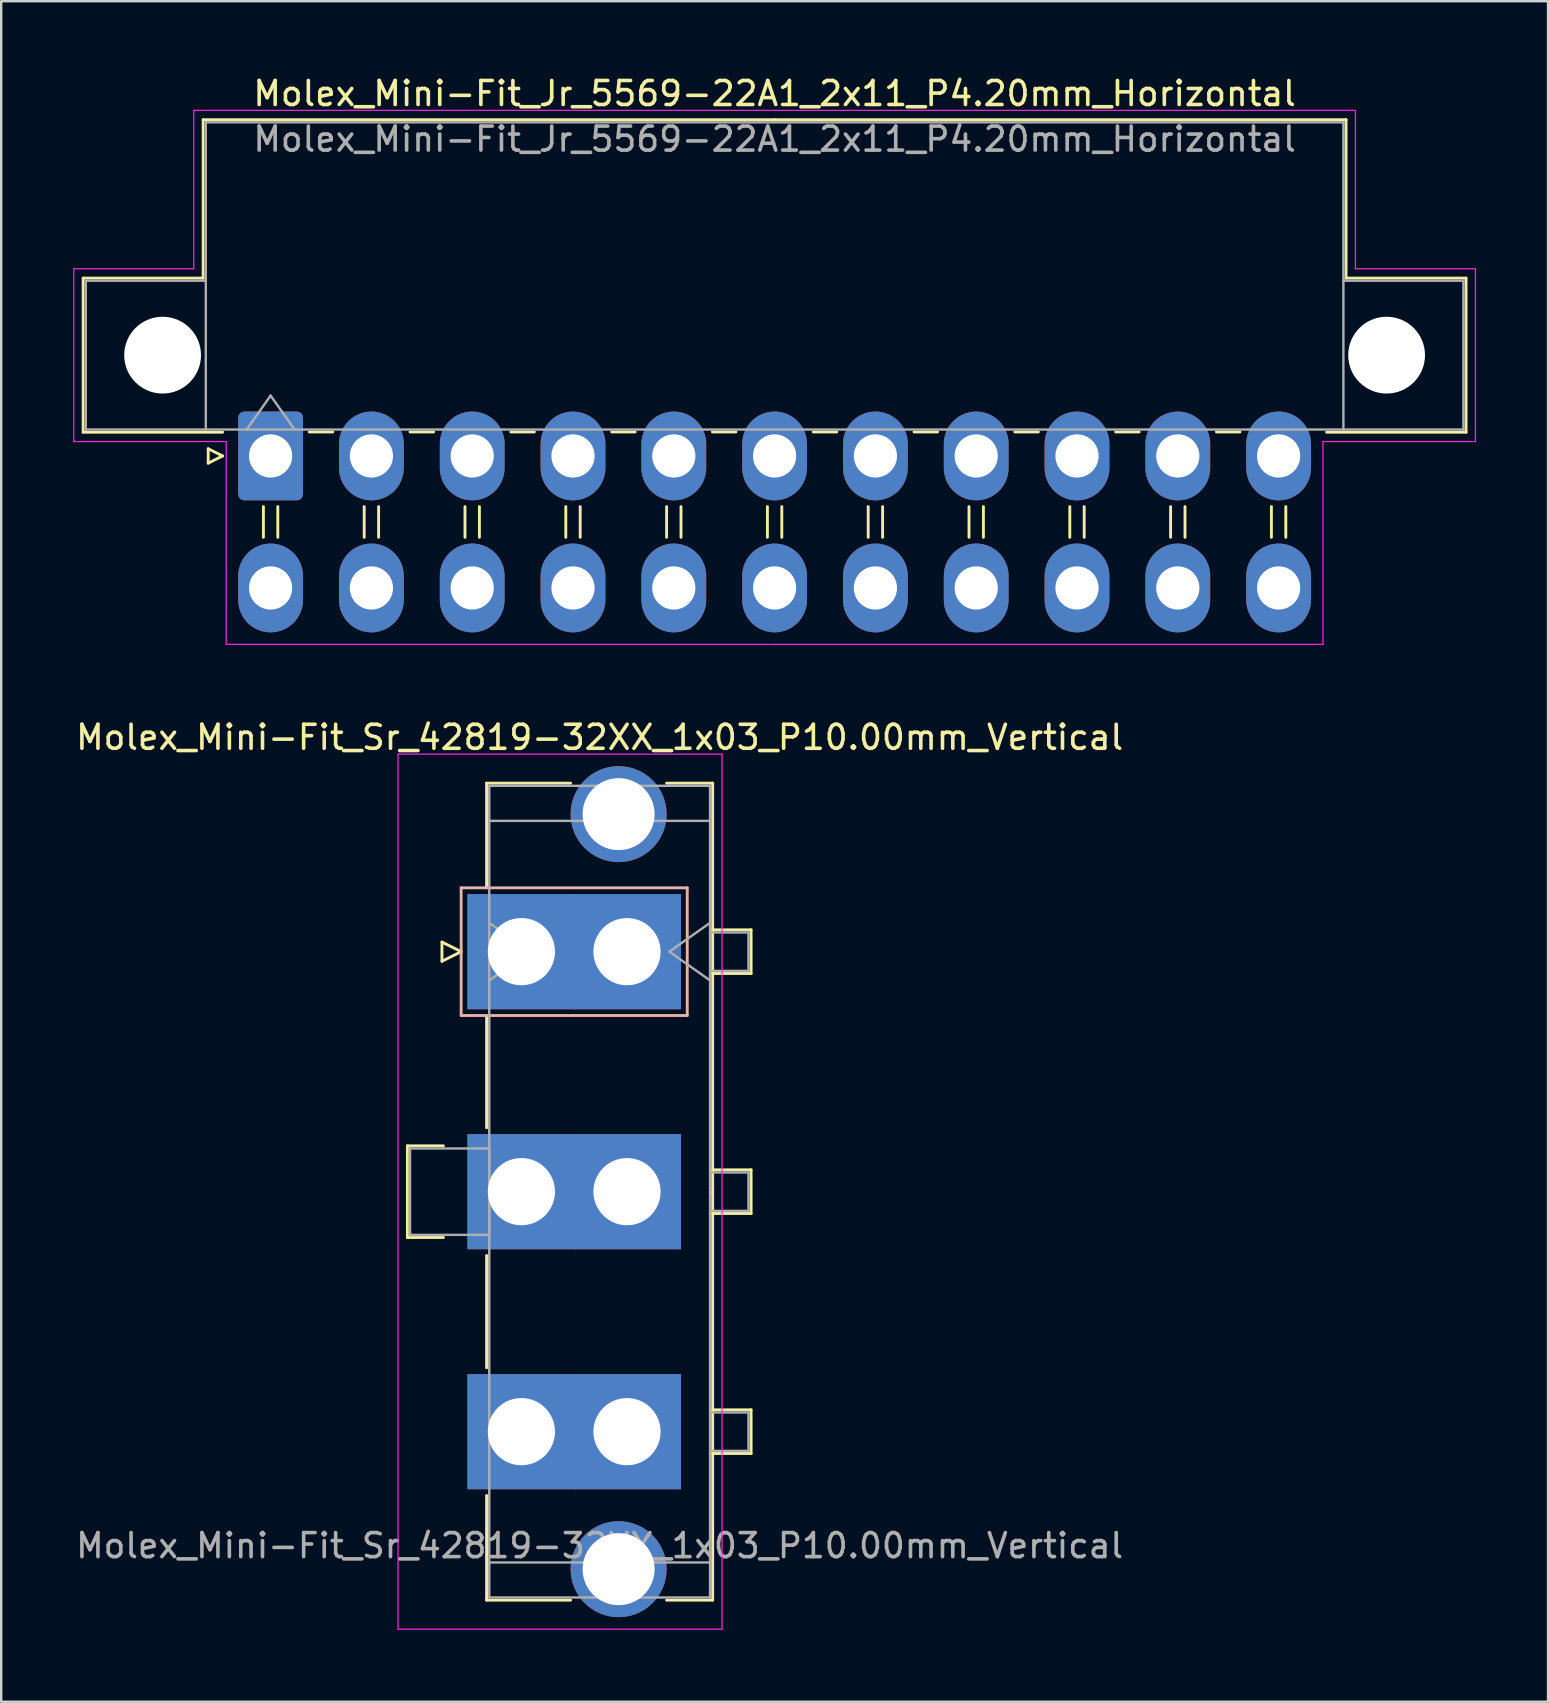
<source format=kicad_pcb>
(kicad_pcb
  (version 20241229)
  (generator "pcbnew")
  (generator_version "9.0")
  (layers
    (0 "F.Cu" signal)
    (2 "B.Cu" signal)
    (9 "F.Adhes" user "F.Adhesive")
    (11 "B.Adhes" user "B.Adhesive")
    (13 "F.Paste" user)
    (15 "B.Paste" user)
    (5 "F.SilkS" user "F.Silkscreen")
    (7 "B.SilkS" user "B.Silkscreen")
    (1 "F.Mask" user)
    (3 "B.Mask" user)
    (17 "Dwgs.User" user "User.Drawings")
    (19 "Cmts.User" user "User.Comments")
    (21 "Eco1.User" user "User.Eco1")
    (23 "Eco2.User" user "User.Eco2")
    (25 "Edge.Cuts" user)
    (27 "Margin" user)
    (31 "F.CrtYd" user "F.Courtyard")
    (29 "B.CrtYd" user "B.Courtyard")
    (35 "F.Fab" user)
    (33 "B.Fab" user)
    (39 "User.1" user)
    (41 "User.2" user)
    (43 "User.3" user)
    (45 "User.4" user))
  (footprint "Molex_Mini-Fit_Sr_42819-32XX_1x03_P10.00mm_Vertical"
    (layer "F.Cu")
    (at 18.675 36.602)
    (property "Reference" "Molex_Mini-Fit_Sr_42819-32XX_1x03_P10.00mm_Vertical" (at 3.26 -8.93 0) (layer "F.SilkS") (effects (font (size 1 1) (thickness 0.15))))
    (attr through_hole)
    (fp_line (start -4.75 8.09) (end -4.75 11.91) (stroke (width 0.12) (type solid)) (layer "F.SilkS"))
    (fp_line (start -4.75 11.91) (end -3.25 11.91) (stroke (width 0.12) (type solid)) (layer "F.SilkS"))
    (fp_line (start -3.31 -0.4) (end -3.31 0.4) (stroke (width 0.12) (type solid)) (layer "F.SilkS"))
    (fp_line (start -3.31 0.4) (end -2.51 0) (stroke (width 0.12) (type solid)) (layer "F.SilkS"))
    (fp_line (start -3.25 8.09) (end -4.75 8.09) (stroke (width 0.12) (type solid)) (layer "F.SilkS"))
    (fp_line (start -2.51 0) (end -3.31 -0.4) (stroke (width 0.12) (type solid)) (layer "F.SilkS"))
    (fp_line (start -1.45 -7.02) (end 2.05 -7.02) (stroke (width 0.12) (type solid)) (layer "F.SilkS"))
    (fp_line (start -1.45 -2.66) (end -1.45 -7.02) (stroke (width 0.12) (type solid)) (layer "F.SilkS"))
    (fp_line (start -1.45 2.66) (end -1.45 7.34) (stroke (width 0.12) (type solid)) (layer "F.SilkS"))
    (fp_line (start -1.45 12.66) (end -1.45 17.34) (stroke (width 0.12) (type solid)) (layer "F.SilkS"))
    (fp_line (start -1.45 22.66) (end -1.45 27.02) (stroke (width 0.12) (type solid)) (layer "F.SilkS"))
    (fp_line (start -1.45 27.02) (end 2.05 27.02) (stroke (width 0.12) (type solid)) (layer "F.SilkS"))
    (fp_line (start 6.05 -7.02) (end 7.97 -7.02) (stroke (width 0.12) (type solid)) (layer "F.SilkS"))
    (fp_line (start 6.05 27.02) (end 7.97 27.02) (stroke (width 0.12) (type solid)) (layer "F.SilkS"))
    (fp_line (start 7.97 -7.02) (end 7.97 10) (stroke (width 0.12) (type solid)) (layer "F.SilkS"))
    (fp_line (start 7.97 -0.91) (end 9.57 -0.91) (stroke (width 0.12) (type solid)) (layer "F.SilkS"))
    (fp_line (start 7.97 9.09) (end 9.57 9.09) (stroke (width 0.12) (type solid)) (layer "F.SilkS"))
    (fp_line (start 7.97 19.09) (end 9.57 19.09) (stroke (width 0.12) (type solid)) (layer "F.SilkS"))
    (fp_line (start 7.97 27.02) (end 7.97 10) (stroke (width 0.12) (type solid)) (layer "F.SilkS"))
    (fp_line (start 9.57 -0.91) (end 9.57 0.91) (stroke (width 0.12) (type solid)) (layer "F.SilkS"))
    (fp_line (start 9.57 0.91) (end 7.97 0.91) (stroke (width 0.12) (type solid)) (layer "F.SilkS"))
    (fp_line (start 9.57 9.09) (end 9.57 10.91) (stroke (width 0.12) (type solid)) (layer "F.SilkS"))
    (fp_line (start 9.57 10.91) (end 7.97 10.91) (stroke (width 0.12) (type solid)) (layer "F.SilkS"))
    (fp_line (start 9.57 19.09) (end 9.57 20.91) (stroke (width 0.12) (type solid)) (layer "F.SilkS"))
    (fp_line (start 9.57 20.91) (end 7.97 20.91) (stroke (width 0.12) (type solid)) (layer "F.SilkS"))
    (fp_line (start -2.51 -2.66) (end -2.51 2.66) (stroke (width 0.12) (type solid)) (layer "B.SilkS"))
    (fp_line (start -2.51 2.66) (end 6.91 2.66) (stroke (width 0.12) (type solid)) (layer "B.SilkS"))
    (fp_line (start 6.91 -2.66) (end -2.51 -2.66) (stroke (width 0.12) (type solid)) (layer "B.SilkS"))
    (fp_line (start 6.91 2.66) (end 6.91 -2.66) (stroke (width 0.12) (type solid)) (layer "B.SilkS"))
    (fp_line (start -5.14 -8.23) (end -5.14 28.23) (stroke (width 0.05) (type solid)) (layer "F.CrtYd"))
    (fp_line (start -5.14 28.23) (end 8.36 28.23) (stroke (width 0.05) (type solid)) (layer "F.CrtYd"))
    (fp_line (start 8.36 -8.23) (end -5.14 -8.23) (stroke (width 0.05) (type solid)) (layer "F.CrtYd"))
    (fp_line (start 8.36 28.23) (end 8.36 -8.23) (stroke (width 0.05) (type solid)) (layer "F.CrtYd"))
    (fp_line (start -4.64 8.2) (end -1.34 8.2) (stroke (width 0.1) (type solid)) (layer "F.Fab"))
    (fp_line (start -4.64 11.8) (end -4.64 8.2) (stroke (width 0.1) (type solid)) (layer "F.Fab"))
    (fp_line (start -1.34 -6.91) (end -1.34 26.91) (stroke (width 0.1) (type solid)) (layer "F.Fab"))
    (fp_line (start -1.34 -5.45) (end 7.86 -5.45) (stroke (width 0.1) (type solid)) (layer "F.Fab"))
    (fp_line (start -1.34 -1.2) (end 0.357 0) (stroke (width 0.1) (type solid)) (layer "F.Fab"))
    (fp_line (start -1.34 8.2) (end -1.34 11.8) (stroke (width 0.1) (type solid)) (layer "F.Fab"))
    (fp_line (start -1.34 11.8) (end -4.64 11.8) (stroke (width 0.1) (type solid)) (layer "F.Fab"))
    (fp_line (start -1.34 25.45) (end 7.86 25.45) (stroke (width 0.1) (type solid)) (layer "F.Fab"))
    (fp_line (start -1.34 26.91) (end 7.86 26.91) (stroke (width 0.1) (type solid)) (layer "F.Fab"))
    (fp_line (start 0.357 0) (end -1.34 1.2) (stroke (width 0.1) (type solid)) (layer "F.Fab"))
    (fp_line (start 6.163 0) (end 7.86 1.2) (stroke (width 0.1) (type solid)) (layer "F.Fab"))
    (fp_line (start 7.86 -6.91) (end -1.34 -6.91) (stroke (width 0.1) (type solid)) (layer "F.Fab"))
    (fp_line (start 7.86 -1.2) (end 6.163 0) (stroke (width 0.1) (type solid)) (layer "F.Fab"))
    (fp_line (start 7.86 -0.8) (end 9.46 -0.8) (stroke (width 0.1) (type solid)) (layer "F.Fab"))
    (fp_line (start 7.86 9.2) (end 9.46 9.2) (stroke (width 0.1) (type solid)) (layer "F.Fab"))
    (fp_line (start 7.86 19.2) (end 9.46 19.2) (stroke (width 0.1) (type solid)) (layer "F.Fab"))
    (fp_line (start 7.86 26.91) (end 7.86 -6.91) (stroke (width 0.1) (type solid)) (layer "F.Fab"))
    (fp_line (start 9.46 -0.8) (end 9.46 0.8) (stroke (width 0.1) (type solid)) (layer "F.Fab"))
    (fp_line (start 9.46 0.8) (end 7.86 0.8) (stroke (width 0.1) (type solid)) (layer "F.Fab"))
    (fp_line (start 9.46 9.2) (end 9.46 10.8) (stroke (width 0.1) (type solid)) (layer "F.Fab"))
    (fp_line (start 9.46 10.8) (end 7.86 10.8) (stroke (width 0.1) (type solid)) (layer "F.Fab"))
    (fp_line (start 9.46 19.2) (end 9.46 20.8) (stroke (width 0.1) (type solid)) (layer "F.Fab"))
    (fp_line (start 9.46 20.8) (end 7.86 20.8) (stroke (width 0.1) (type solid)) (layer "F.Fab"))
    (fp_text user "${REFERENCE}" (at 3.26 24.75 0) (layer "F.Fab") (effects (font (size 1 1) (thickness 0.15))))
    (pad "" thru_hole circle (at 4.05 -5.73) (size 4 4) (drill 3) (layers "*.Cu" "*.Mask"))
    (pad "" thru_hole circle (at 4.05 25.73) (size 4 4) (drill 3) (layers "*.Cu" "*.Mask"))
    (pad "1" thru_hole rect (at 0 0) (size 4.5 4.8) (drill 2.8) (layers "*.Cu" "*.Mask"))
    (pad "1" thru_hole rect (at 4.4 0) (size 4.5 4.8) (drill 2.8) (layers "*.Cu" "*.Mask"))
    (pad "2" thru_hole rect (at 0 10) (size 4.5 4.8) (drill 2.8) (layers "*.Cu" "*.Mask"))
    (pad "2" thru_hole rect (at 4.4 10) (size 4.5 4.8) (drill 2.8) (layers "*.Cu" "*.Mask"))
    (pad "3" thru_hole rect (at 0 20) (size 4.5 4.8) (drill 2.8) (layers "*.Cu" "*.Mask"))
    (pad "3" thru_hole rect (at 4.4 20) (size 4.5 4.8) (drill 2.8) (layers "*.Cu" "*.Mask")))
  (footprint "Molex_Mini-Fit_Jr_5569-22A1_2x11_P4.20mm_Horizontal"
    (layer "F.Cu")
    (at 8.225 15.948)
    (property "Reference" "Molex_Mini-Fit_Jr_5569-22A1_2x11_P4.20mm_Horizontal" (at 21 -15.1 0) (layer "F.SilkS") (effects (font (size 1 1) (thickness 0.15))))
    (attr through_hole)
    (fp_line (start -7.81 -7.41) (end -7.81 -0.99) (stroke (width 0.12) (type solid)) (layer "F.SilkS"))
    (fp_line (start -7.81 -0.99) (end -2 -0.99) (stroke (width 0.12) (type solid)) (layer "F.SilkS"))
    (fp_line (start -2.81 -14.01) (end -2.81 -7.41) (stroke (width 0.12) (type solid)) (layer "F.SilkS"))
    (fp_line (start -2.81 -7.41) (end -7.81 -7.41) (stroke (width 0.12) (type solid)) (layer "F.SilkS"))
    (fp_line (start -2.6 -0.3) (end -2 0) (stroke (width 0.12) (type solid)) (layer "F.SilkS"))
    (fp_line (start -2.6 0.3) (end -2.6 -0.3) (stroke (width 0.12) (type solid)) (layer "F.SilkS"))
    (fp_line (start -2 0) (end -2.6 0.3) (stroke (width 0.12) (type solid)) (layer "F.SilkS"))
    (fp_line (start -0.3 2.11) (end -0.3 3.39) (stroke (width 0.12) (type solid)) (layer "F.SilkS"))
    (fp_line (start 0.3 2.11) (end 0.3 3.39) (stroke (width 0.12) (type solid)) (layer "F.SilkS"))
    (fp_line (start 1.61 -1) (end 2.59 -1) (stroke (width 0.12) (type solid)) (layer "F.SilkS"))
    (fp_line (start 3.9 2.11) (end 3.9 3.39) (stroke (width 0.12) (type solid)) (layer "F.SilkS"))
    (fp_line (start 4.5 2.11) (end 4.5 3.39) (stroke (width 0.12) (type solid)) (layer "F.SilkS"))
    (fp_line (start 5.81 -1) (end 6.79 -1) (stroke (width 0.12) (type solid)) (layer "F.SilkS"))
    (fp_line (start 8.1 2.11) (end 8.1 3.39) (stroke (width 0.12) (type solid)) (layer "F.SilkS"))
    (fp_line (start 8.7 2.11) (end 8.7 3.39) (stroke (width 0.12) (type solid)) (layer "F.SilkS"))
    (fp_line (start 10.01 -1) (end 10.99 -1) (stroke (width 0.12) (type solid)) (layer "F.SilkS"))
    (fp_line (start 12.3 2.11) (end 12.3 3.39) (stroke (width 0.12) (type solid)) (layer "F.SilkS"))
    (fp_line (start 12.9 2.11) (end 12.9 3.39) (stroke (width 0.12) (type solid)) (layer "F.SilkS"))
    (fp_line (start 14.21 -1) (end 15.19 -1) (stroke (width 0.12) (type solid)) (layer "F.SilkS"))
    (fp_line (start 16.5 2.11) (end 16.5 3.39) (stroke (width 0.12) (type solid)) (layer "F.SilkS"))
    (fp_line (start 17.1 2.11) (end 17.1 3.39) (stroke (width 0.12) (type solid)) (layer "F.SilkS"))
    (fp_line (start 18.41 -1) (end 19.39 -1) (stroke (width 0.12) (type solid)) (layer "F.SilkS"))
    (fp_line (start 20.7 2.11) (end 20.7 3.39) (stroke (width 0.12) (type solid)) (layer "F.SilkS"))
    (fp_line (start 21 -14.01) (end -2.81 -14.01) (stroke (width 0.12) (type solid)) (layer "F.SilkS"))
    (fp_line (start 21 -14.01) (end 44.81 -14.01) (stroke (width 0.12) (type solid)) (layer "F.SilkS"))
    (fp_line (start 21.3 2.11) (end 21.3 3.39) (stroke (width 0.12) (type solid)) (layer "F.SilkS"))
    (fp_line (start 22.61 -1) (end 23.59 -1) (stroke (width 0.12) (type solid)) (layer "F.SilkS"))
    (fp_line (start 24.9 2.11) (end 24.9 3.39) (stroke (width 0.12) (type solid)) (layer "F.SilkS"))
    (fp_line (start 25.5 2.11) (end 25.5 3.39) (stroke (width 0.12) (type solid)) (layer "F.SilkS"))
    (fp_line (start 26.81 -1) (end 27.79 -1) (stroke (width 0.12) (type solid)) (layer "F.SilkS"))
    (fp_line (start 29.1 2.11) (end 29.1 3.39) (stroke (width 0.12) (type solid)) (layer "F.SilkS"))
    (fp_line (start 29.7 2.11) (end 29.7 3.39) (stroke (width 0.12) (type solid)) (layer "F.SilkS"))
    (fp_line (start 31.01 -1) (end 31.99 -1) (stroke (width 0.12) (type solid)) (layer "F.SilkS"))
    (fp_line (start 33.3 2.11) (end 33.3 3.39) (stroke (width 0.12) (type solid)) (layer "F.SilkS"))
    (fp_line (start 33.9 2.11) (end 33.9 3.39) (stroke (width 0.12) (type solid)) (layer "F.SilkS"))
    (fp_line (start 35.21 -1) (end 36.19 -1) (stroke (width 0.12) (type solid)) (layer "F.SilkS"))
    (fp_line (start 37.5 2.11) (end 37.5 3.39) (stroke (width 0.12) (type solid)) (layer "F.SilkS"))
    (fp_line (start 38.1 2.11) (end 38.1 3.39) (stroke (width 0.12) (type solid)) (layer "F.SilkS"))
    (fp_line (start 39.41 -1) (end 40.39 -1) (stroke (width 0.12) (type solid)) (layer "F.SilkS"))
    (fp_line (start 41.7 2.11) (end 41.7 3.39) (stroke (width 0.12) (type solid)) (layer "F.SilkS"))
    (fp_line (start 42.3 2.11) (end 42.3 3.39) (stroke (width 0.12) (type solid)) (layer "F.SilkS"))
    (fp_line (start 44.81 -14.01) (end 44.81 -7.41) (stroke (width 0.12) (type solid)) (layer "F.SilkS"))
    (fp_line (start 44.81 -7.41) (end 49.81 -7.41) (stroke (width 0.12) (type solid)) (layer "F.SilkS"))
    (fp_line (start 49.81 -7.41) (end 49.81 -0.99) (stroke (width 0.12) (type solid)) (layer "F.SilkS"))
    (fp_line (start 49.81 -0.99) (end 44 -0.99) (stroke (width 0.12) (type solid)) (layer "F.SilkS"))
    (fp_line (start -8.2 -7.8) (end -8.2 -0.6) (stroke (width 0.05) (type solid)) (layer "F.CrtYd"))
    (fp_line (start -8.2 -0.6) (end -1.85 -0.6) (stroke (width 0.05) (type solid)) (layer "F.CrtYd"))
    (fp_line (start -3.2 -14.4) (end -3.2 -7.8) (stroke (width 0.05) (type solid)) (layer "F.CrtYd"))
    (fp_line (start -3.2 -7.8) (end -8.2 -7.8) (stroke (width 0.05) (type solid)) (layer "F.CrtYd"))
    (fp_line (start -1.85 -0.6) (end -1.85 7.85) (stroke (width 0.05) (type solid)) (layer "F.CrtYd"))
    (fp_line (start -1.85 7.85) (end 21 7.85) (stroke (width 0.05) (type solid)) (layer "F.CrtYd"))
    (fp_line (start 21 -14.4) (end -3.2 -14.4) (stroke (width 0.05) (type solid)) (layer "F.CrtYd"))
    (fp_line (start 21 -14.4) (end 45.2 -14.4) (stroke (width 0.05) (type solid)) (layer "F.CrtYd"))
    (fp_line (start 43.85 -0.6) (end 43.85 7.85) (stroke (width 0.05) (type solid)) (layer "F.CrtYd"))
    (fp_line (start 43.85 7.85) (end 21 7.85) (stroke (width 0.05) (type solid)) (layer "F.CrtYd"))
    (fp_line (start 45.2 -14.4) (end 45.2 -7.8) (stroke (width 0.05) (type solid)) (layer "F.CrtYd"))
    (fp_line (start 45.2 -7.8) (end 50.2 -7.8) (stroke (width 0.05) (type solid)) (layer "F.CrtYd"))
    (fp_line (start 50.2 -7.8) (end 50.2 -0.6) (stroke (width 0.05) (type solid)) (layer "F.CrtYd"))
    (fp_line (start 50.2 -0.6) (end 43.85 -0.6) (stroke (width 0.05) (type solid)) (layer "F.CrtYd"))
    (fp_line (start -7.7 -7.3) (end -7.7 -1.1) (stroke (width 0.1) (type solid)) (layer "F.Fab"))
    (fp_line (start -7.7 -1.1) (end -2.7 -1.1) (stroke (width 0.1) (type solid)) (layer "F.Fab"))
    (fp_line (start -2.7 -13.9) (end -2.7 -1.1) (stroke (width 0.1) (type solid)) (layer "F.Fab"))
    (fp_line (start -2.7 -7.3) (end -7.7 -7.3) (stroke (width 0.1) (type solid)) (layer "F.Fab"))
    (fp_line (start -2.7 -1.1) (end 44.7 -1.1) (stroke (width 0.1) (type solid)) (layer "F.Fab"))
    (fp_line (start -1 -1.1) (end 0 -2.514) (stroke (width 0.1) (type solid)) (layer "F.Fab"))
    (fp_line (start 0 -2.514) (end 1 -1.1) (stroke (width 0.1) (type solid)) (layer "F.Fab"))
    (fp_line (start 44.7 -13.9) (end -2.7 -13.9) (stroke (width 0.1) (type solid)) (layer "F.Fab"))
    (fp_line (start 44.7 -7.3) (end 49.7 -7.3) (stroke (width 0.1) (type solid)) (layer "F.Fab"))
    (fp_line (start 44.7 -1.1) (end 44.7 -13.9) (stroke (width 0.1) (type solid)) (layer "F.Fab"))
    (fp_line (start 49.7 -7.3) (end 49.7 -1.1) (stroke (width 0.1) (type solid)) (layer "F.Fab"))
    (fp_line (start 49.7 -1.1) (end 44.7 -1.1) (stroke (width 0.1) (type solid)) (layer "F.Fab"))
    (fp_text user "${REFERENCE}" (at 21 -13.2 0) (layer "F.Fab") (effects (font (size 1 1) (thickness 0.15))))
    (pad "" np_thru_hole circle (at -4.5 -4.2) (size 3.2 3.2) (drill 3.2) (layers "*.Cu" "*.Mask"))
    (pad "" np_thru_hole circle (at 46.5 -4.2) (size 3.2 3.2) (drill 3.2) (layers "*.Cu" "*.Mask"))
    (pad "1" thru_hole roundrect (at 0 0) (size 2.7 3.7) (drill 1.8) (layers "*.Cu" "*.Mask") (roundrect_rratio 0.093))
    (pad "2" thru_hole oval (at 4.2 0) (size 2.7 3.7) (drill 1.8) (layers "*.Cu" "*.Mask"))
    (pad "3" thru_hole oval (at 8.4 0) (size 2.7 3.7) (drill 1.8) (layers "*.Cu" "*.Mask"))
    (pad "4" thru_hole oval (at 12.6 0) (size 2.7 3.7) (drill 1.8) (layers "*.Cu" "*.Mask"))
    (pad "5" thru_hole oval (at 16.8 0) (size 2.7 3.7) (drill 1.8) (layers "*.Cu" "*.Mask"))
    (pad "6" thru_hole oval (at 21 0) (size 2.7 3.7) (drill 1.8) (layers "*.Cu" "*.Mask"))
    (pad "7" thru_hole oval (at 25.2 0) (size 2.7 3.7) (drill 1.8) (layers "*.Cu" "*.Mask"))
    (pad "8" thru_hole oval (at 29.4 0) (size 2.7 3.7) (drill 1.8) (layers "*.Cu" "*.Mask"))
    (pad "9" thru_hole oval (at 33.6 0) (size 2.7 3.7) (drill 1.8) (layers "*.Cu" "*.Mask"))
    (pad "10" thru_hole oval (at 37.8 0) (size 2.7 3.7) (drill 1.8) (layers "*.Cu" "*.Mask"))
    (pad "11" thru_hole oval (at 42 0) (size 2.7 3.7) (drill 1.8) (layers "*.Cu" "*.Mask"))
    (pad "12" thru_hole oval (at 0 5.5) (size 2.7 3.7) (drill 1.8) (layers "*.Cu" "*.Mask"))
    (pad "13" thru_hole oval (at 4.2 5.5) (size 2.7 3.7) (drill 1.8) (layers "*.Cu" "*.Mask"))
    (pad "14" thru_hole oval (at 8.4 5.5) (size 2.7 3.7) (drill 1.8) (layers "*.Cu" "*.Mask"))
    (pad "15" thru_hole oval (at 12.6 5.5) (size 2.7 3.7) (drill 1.8) (layers "*.Cu" "*.Mask"))
    (pad "16" thru_hole oval (at 16.8 5.5) (size 2.7 3.7) (drill 1.8) (layers "*.Cu" "*.Mask"))
    (pad "17" thru_hole oval (at 21 5.5) (size 2.7 3.7) (drill 1.8) (layers "*.Cu" "*.Mask"))
    (pad "18" thru_hole oval (at 25.2 5.5) (size 2.7 3.7) (drill 1.8) (layers "*.Cu" "*.Mask"))
    (pad "19" thru_hole oval (at 29.4 5.5) (size 2.7 3.7) (drill 1.8) (layers "*.Cu" "*.Mask"))
    (pad "20" thru_hole oval (at 33.6 5.5) (size 2.7 3.7) (drill 1.8) (layers "*.Cu" "*.Mask"))
    (pad "21" thru_hole oval (at 37.8 5.5) (size 2.7 3.7) (drill 1.8) (layers "*.Cu" "*.Mask"))
    (pad "22" thru_hole oval (at 42 5.5) (size 2.7 3.7) (drill 1.8) (layers "*.Cu" "*.Mask")))
  (gr_rect
    (start -3 -3)
    (end 61.45 67.856)
    (stroke (width 0.1) (type default))
    (fill no)
    (layer "Edge.Cuts")))
</source>
